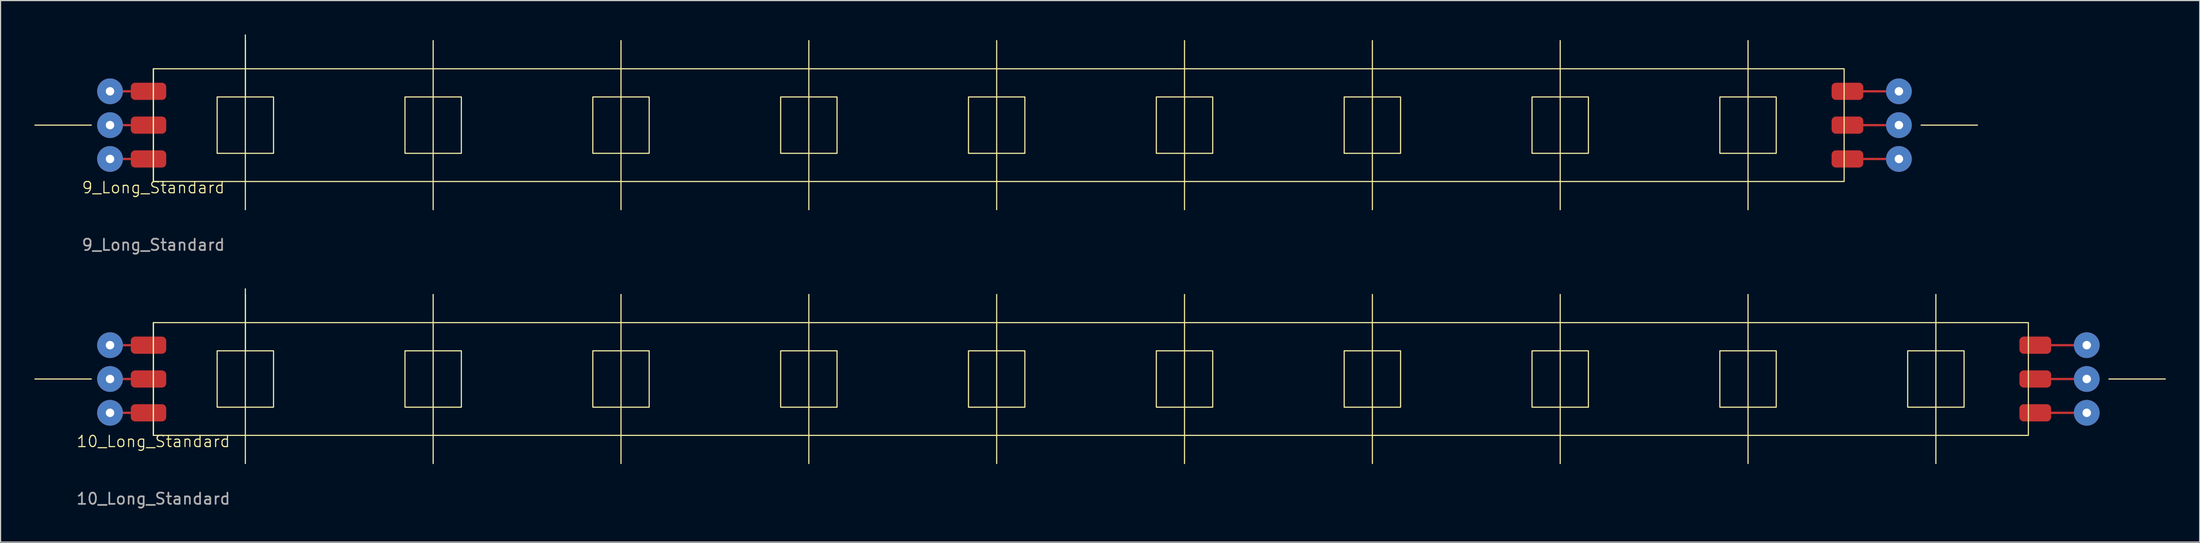
<source format=kicad_pcb>
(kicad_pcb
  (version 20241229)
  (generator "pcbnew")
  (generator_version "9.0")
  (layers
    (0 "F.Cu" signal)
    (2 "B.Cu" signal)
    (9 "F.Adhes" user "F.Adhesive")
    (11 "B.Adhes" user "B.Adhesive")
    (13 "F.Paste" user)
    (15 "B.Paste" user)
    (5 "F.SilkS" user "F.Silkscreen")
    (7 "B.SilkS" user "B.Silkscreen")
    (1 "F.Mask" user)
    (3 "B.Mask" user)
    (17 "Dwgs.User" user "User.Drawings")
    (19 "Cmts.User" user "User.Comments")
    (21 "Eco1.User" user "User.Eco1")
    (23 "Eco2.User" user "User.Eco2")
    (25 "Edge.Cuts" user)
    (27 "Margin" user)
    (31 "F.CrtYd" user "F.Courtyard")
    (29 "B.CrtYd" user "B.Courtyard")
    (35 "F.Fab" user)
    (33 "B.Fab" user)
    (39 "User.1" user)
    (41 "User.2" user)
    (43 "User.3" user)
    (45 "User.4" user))
  (footprint "10_Long_Standard"
    (layer "F.Cu")
    (at 18.708 30.568)
    (property "Reference" "10_Long_Standard" (at -8.158 5.54 0) (unlocked yes) (layer "F.SilkS") (effects (font (size 1 1) (thickness 0.1))))
    (attr smd)
    (fp_line (start -11.015 0) (end -10.158 0) (stroke (width 0.2) (type default)) (layer "F.Cu"))
    (fp_line (start -11 3) (end -10.143 3) (stroke (width 0.2) (type default)) (layer "F.Cu"))
    (fp_line (start -10.857 -3) (end -10 -3) (stroke (width 0.2) (type default)) (layer "F.Cu"))
    (fp_line (start 162.177 0) (end 160.162 0) (stroke (width 0.2) (type default)) (layer "F.Cu"))
    (fp_line (start 162.327 -3) (end 160.162 -3) (stroke (width 0.2) (type default)) (layer "F.Cu"))
    (fp_line (start 162.403 3) (end 160.162 3) (stroke (width 0.2) (type default)) (layer "F.Cu"))
    (fp_line (start -13.658 0) (end -18.658 0) (stroke (width 0.1) (type default)) (layer "F.SilkS"))
    (fp_line (start -8.158 -5) (end -8.158 5) (stroke (width 0.1) (type default)) (layer "F.SilkS"))
    (fp_line (start 0 -2.5) (end 0 -8) (stroke (width 0.1) (type default)) (layer "F.SilkS"))
    (fp_line (start 0 7.5) (end 0 -7.5) (stroke (width 0.1) (type default)) (layer "F.SilkS"))
    (fp_line (start 16.66 7.5) (end 16.66 -7.5) (stroke (width 0.1) (type default)) (layer "F.SilkS"))
    (fp_line (start 33.32 7.5) (end 33.32 -7.5) (stroke (width 0.1) (type default)) (layer "F.SilkS"))
    (fp_line (start 49.98 7.5) (end 49.98 -7.5) (stroke (width 0.1) (type default)) (layer "F.SilkS"))
    (fp_line (start 66.64 7.5) (end 66.64 -7.5) (stroke (width 0.1) (type default)) (layer "F.SilkS"))
    (fp_line (start 83.3 7.5) (end 83.3 -7.5) (stroke (width 0.1) (type default)) (layer "F.SilkS"))
    (fp_line (start 99.96 7.5) (end 99.96 -7.5) (stroke (width 0.1) (type default)) (layer "F.SilkS"))
    (fp_line (start 116.62 7.5) (end 116.62 -7.5) (stroke (width 0.1) (type default)) (layer "F.SilkS"))
    (fp_line (start 133.28 7.5) (end 133.28 -7.5) (stroke (width 0.1) (type default)) (layer "F.SilkS"))
    (fp_line (start 149.94 7.5) (end 149.94 -7.5) (stroke (width 0.1) (type default)) (layer "F.SilkS"))
    (fp_line (start 165.287 0) (end 170.287 0) (stroke (width 0.1) (type default)) (layer "F.SilkS"))
    (fp_rect (start -8.158 -5) (end 158.142 5) (stroke (width 0.1) (type default)) (fill no) (layer "F.SilkS"))
    (fp_rect (start -2.5 -2.5) (end 2.5 2.5) (stroke (width 0.1) (type default)) (fill no) (layer "F.SilkS"))
    (fp_rect (start 14.16 -2.5) (end 19.16 2.5) (stroke (width 0.1) (type default)) (fill no) (layer "F.SilkS"))
    (fp_rect (start 30.82 -2.5) (end 35.82 2.5) (stroke (width 0.1) (type default)) (fill no) (layer "F.SilkS"))
    (fp_rect (start 47.48 -2.5) (end 52.48 2.5) (stroke (width 0.1) (type default)) (fill no) (layer "F.SilkS"))
    (fp_rect (start 64.14 -2.5) (end 69.14 2.5) (stroke (width 0.1) (type default)) (fill no) (layer "F.SilkS"))
    (fp_rect (start 80.8 -2.5) (end 85.8 2.5) (stroke (width 0.1) (type default)) (fill no) (layer "F.SilkS"))
    (fp_rect (start 97.46 -2.5) (end 102.46 2.5) (stroke (width 0.1) (type default)) (fill no) (layer "F.SilkS"))
    (fp_rect (start 114.12 -2.5) (end 119.12 2.5) (stroke (width 0.1) (type default)) (fill no) (layer "F.SilkS"))
    (fp_rect (start 130.78 -2.5) (end 135.78 2.5) (stroke (width 0.1) (type default)) (fill no) (layer "F.SilkS"))
    (fp_rect (start 147.44 -2.5) (end 152.44 2.5) (stroke (width 0.1) (type default)) (fill no) (layer "F.SilkS"))
    (fp_text user "${REFERENCE}" (at -8.158 10.62 0) (unlocked yes) (layer "F.Fab") (effects (font (size 1 1) (thickness 0.15))))
    (pad "1" smd roundrect (at -8.586 3) (size 3.143 1.524) (layers "F.Cu" "F.Mask" "F.Paste") (roundrect_rratio 0.25))
    (pad "2" smd roundrect (at -8.586 0) (size 3.143 1.524) (layers "F.Cu" "F.Mask" "F.Paste") (roundrect_rratio 0.25))
    (pad "3" smd roundrect (at -8.586 -3) (size 3.143 1.524) (layers "F.Cu" "F.Mask" "F.Paste") (roundrect_rratio 0.25))
    (pad "4" smd roundrect (at 158.756 3) (size 2.813 1.524) (layers "F.Cu" "F.Mask" "F.Paste") (roundrect_rratio 0.25))
    (pad "5" smd roundrect (at 158.756 0) (size 2.813 1.524) (layers "F.Cu" "F.Mask" "F.Paste") (roundrect_rratio 0.25))
    (pad "6" smd roundrect (at 158.756 -3) (size 2.813 1.524) (layers "F.Cu" "F.Mask" "F.Paste") (roundrect_rratio 0.25))
    (pad "10" thru_hole circle (at -12 -3 90) (size 2.286 2.286) (drill 0.75) (layers "*.Cu" "*.Mask"))
    (pad "10" thru_hole circle (at -12 0 90) (size 2.286 2.286) (drill 0.75) (layers "*.Cu" "*.Mask"))
    (pad "10" thru_hole circle (at -12 3 90) (size 2.286 2.286) (drill 0.75) (layers "*.Cu" "*.Mask"))
    (pad "11" thru_hole circle (at 163.32 -3) (size 2.286 2.286) (drill 0.75) (layers "*.Cu" "*.Mask"))
    (pad "11" thru_hole circle (at 163.32 0) (size 2.286 2.286) (drill 0.75) (layers "*.Cu" "*.Mask"))
    (pad "11" thru_hole circle (at 163.32 3) (size 2.286 2.286) (drill 0.75) (layers "*.Cu" "*.Mask")))
  (footprint "9_Long_Standard"
    (layer "F.Cu")
    (at 18.708 8.05)
    (property "Reference" "9_Long_Standard" (at -8.158 5.54 0) (unlocked yes) (layer "F.SilkS") (effects (font (size 1 1) (thickness 0.1))))
    (attr smd)
    (fp_line (start -11.015 0) (end -10.158 0) (stroke (width 0.2) (type default)) (layer "F.Cu"))
    (fp_line (start -11 3) (end -10.143 3) (stroke (width 0.2) (type default)) (layer "F.Cu"))
    (fp_line (start -10.857 -3) (end -10 -3) (stroke (width 0.2) (type default)) (layer "F.Cu"))
    (fp_line (start 145.517 0) (end 143.502 0) (stroke (width 0.2) (type default)) (layer "F.Cu"))
    (fp_line (start 145.667 -3) (end 143.502 -3) (stroke (width 0.2) (type default)) (layer "F.Cu"))
    (fp_line (start 145.743 3) (end 143.502 3) (stroke (width 0.2) (type default)) (layer "F.Cu"))
    (fp_line (start -13.658 0) (end -18.658 0) (stroke (width 0.1) (type default)) (layer "F.SilkS"))
    (fp_line (start -8.158 -5) (end -8.158 5) (stroke (width 0.1) (type default)) (layer "F.SilkS"))
    (fp_line (start 0 -2.5) (end 0 -8) (stroke (width 0.1) (type default)) (layer "F.SilkS"))
    (fp_line (start 0 7.5) (end 0 -7.5) (stroke (width 0.1) (type default)) (layer "F.SilkS"))
    (fp_line (start 16.66 7.5) (end 16.66 -7.5) (stroke (width 0.1) (type default)) (layer "F.SilkS"))
    (fp_line (start 33.32 7.5) (end 33.32 -7.5) (stroke (width 0.1) (type default)) (layer "F.SilkS"))
    (fp_line (start 49.98 7.5) (end 49.98 -7.5) (stroke (width 0.1) (type default)) (layer "F.SilkS"))
    (fp_line (start 66.64 7.5) (end 66.64 -7.5) (stroke (width 0.1) (type default)) (layer "F.SilkS"))
    (fp_line (start 83.3 7.5) (end 83.3 -7.5) (stroke (width 0.1) (type default)) (layer "F.SilkS"))
    (fp_line (start 99.96 7.5) (end 99.96 -7.5) (stroke (width 0.1) (type default)) (layer "F.SilkS"))
    (fp_line (start 116.62 7.5) (end 116.62 -7.5) (stroke (width 0.1) (type default)) (layer "F.SilkS"))
    (fp_line (start 133.28 7.5) (end 133.28 -7.5) (stroke (width 0.1) (type default)) (layer "F.SilkS"))
    (fp_line (start 148.627 0) (end 153.627 0) (stroke (width 0.1) (type default)) (layer "F.SilkS"))
    (fp_rect (start -8.158 -5) (end 141.802 5) (stroke (width 0.1) (type default)) (fill no) (layer "F.SilkS"))
    (fp_rect (start -2.5 -2.5) (end 2.5 2.5) (stroke (width 0.1) (type default)) (fill no) (layer "F.SilkS"))
    (fp_rect (start 14.16 -2.5) (end 19.16 2.5) (stroke (width 0.1) (type default)) (fill no) (layer "F.SilkS"))
    (fp_rect (start 30.82 -2.5) (end 35.82 2.5) (stroke (width 0.1) (type default)) (fill no) (layer "F.SilkS"))
    (fp_rect (start 47.48 -2.5) (end 52.48 2.5) (stroke (width 0.1) (type default)) (fill no) (layer "F.SilkS"))
    (fp_rect (start 64.14 -2.5) (end 69.14 2.5) (stroke (width 0.1) (type default)) (fill no) (layer "F.SilkS"))
    (fp_rect (start 80.8 -2.5) (end 85.8 2.5) (stroke (width 0.1) (type default)) (fill no) (layer "F.SilkS"))
    (fp_rect (start 97.46 -2.5) (end 102.46 2.5) (stroke (width 0.1) (type default)) (fill no) (layer "F.SilkS"))
    (fp_rect (start 114.12 -2.5) (end 119.12 2.5) (stroke (width 0.1) (type default)) (fill no) (layer "F.SilkS"))
    (fp_rect (start 130.78 -2.5) (end 135.78 2.5) (stroke (width 0.1) (type default)) (fill no) (layer "F.SilkS"))
    (fp_text user "${REFERENCE}" (at -8.158 10.62 0) (unlocked yes) (layer "F.Fab") (effects (font (size 1 1) (thickness 0.15))))
    (pad "1" smd roundrect (at -8.586 3) (size 3.143 1.524) (layers "F.Cu" "F.Mask" "F.Paste") (roundrect_rratio 0.25))
    (pad "2" smd roundrect (at -8.586 0) (size 3.143 1.524) (layers "F.Cu" "F.Mask" "F.Paste") (roundrect_rratio 0.25))
    (pad "3" smd roundrect (at -8.586 -3) (size 3.143 1.524) (layers "F.Cu" "F.Mask" "F.Paste") (roundrect_rratio 0.25))
    (pad "4" smd roundrect (at 142.095 3) (size 2.813 1.524) (layers "F.Cu" "F.Mask" "F.Paste") (roundrect_rratio 0.25))
    (pad "5" smd roundrect (at 142.095 0) (size 2.813 1.524) (layers "F.Cu" "F.Mask" "F.Paste") (roundrect_rratio 0.25))
    (pad "6" smd roundrect (at 142.095 -3) (size 2.813 1.524) (layers "F.Cu" "F.Mask" "F.Paste") (roundrect_rratio 0.25))
    (pad "10" thru_hole circle (at -12 -3 90) (size 2.286 2.286) (drill 0.75) (layers "*.Cu" "*.Mask"))
    (pad "10" thru_hole circle (at -12 0 90) (size 2.286 2.286) (drill 0.75) (layers "*.Cu" "*.Mask"))
    (pad "10" thru_hole circle (at -12 3 90) (size 2.286 2.286) (drill 0.75) (layers "*.Cu" "*.Mask"))
    (pad "11" thru_hole circle (at 146.66 -3) (size 2.286 2.286) (drill 0.75) (layers "*.Cu" "*.Mask"))
    (pad "11" thru_hole circle (at 146.66 0) (size 2.286 2.286) (drill 0.75) (layers "*.Cu" "*.Mask"))
    (pad "11" thru_hole circle (at 146.66 3) (size 2.286 2.286) (drill 0.75) (layers "*.Cu" "*.Mask")))
  (gr_rect
    (start -3 -3)
    (end 192.045 45.036)
    (stroke (width 0.1) (type default))
    (fill no)
    (layer "Edge.Cuts")))
</source>
